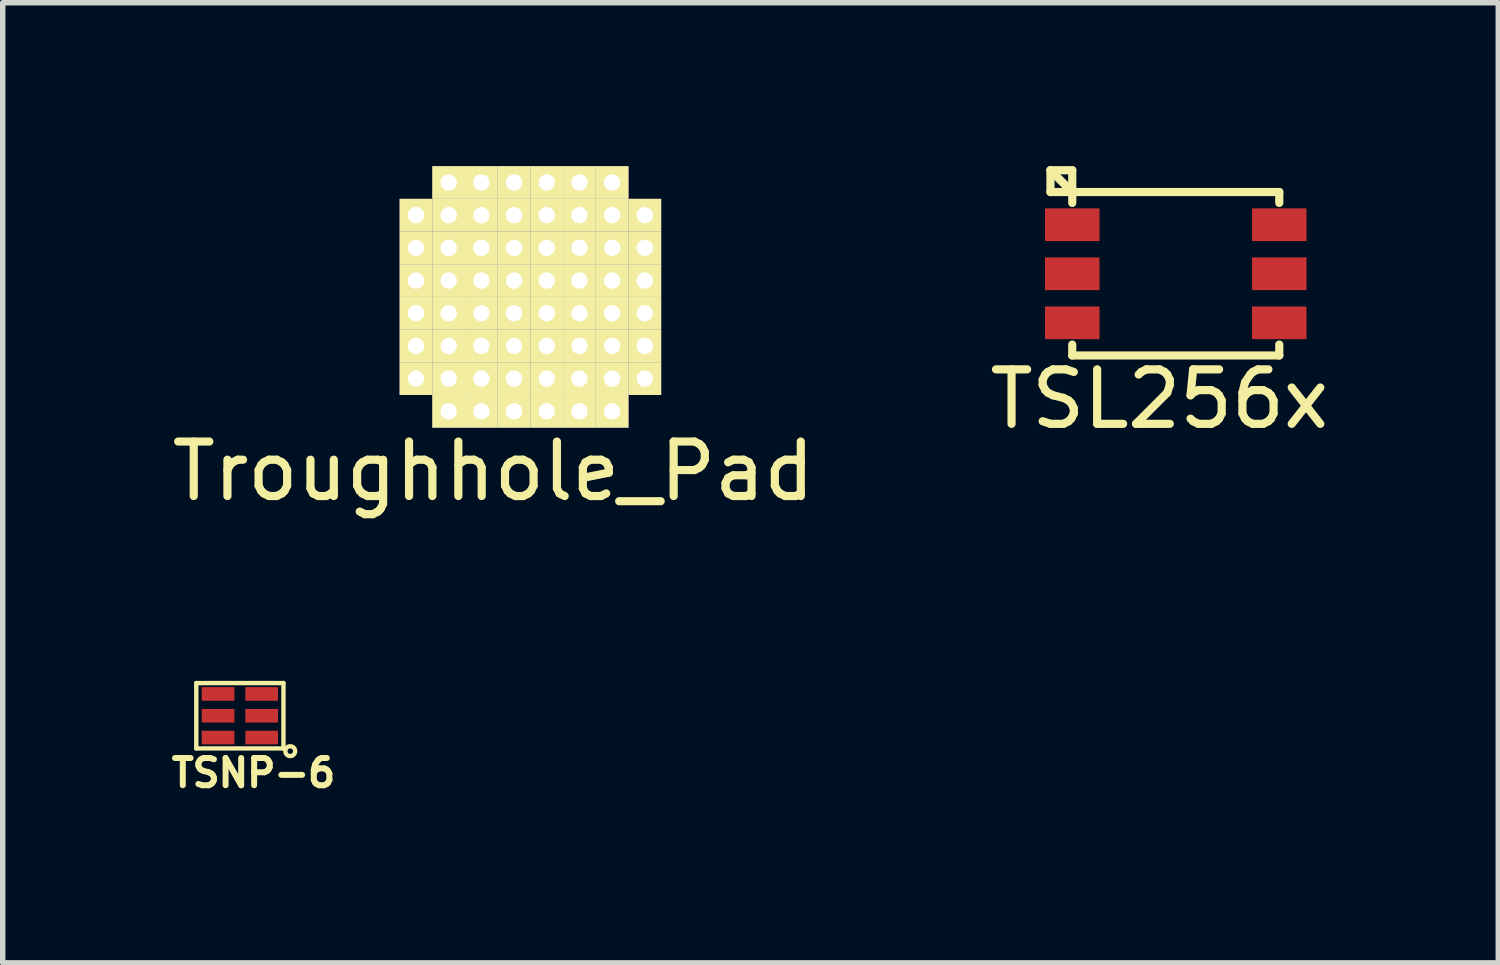
<source format=kicad_pcb>
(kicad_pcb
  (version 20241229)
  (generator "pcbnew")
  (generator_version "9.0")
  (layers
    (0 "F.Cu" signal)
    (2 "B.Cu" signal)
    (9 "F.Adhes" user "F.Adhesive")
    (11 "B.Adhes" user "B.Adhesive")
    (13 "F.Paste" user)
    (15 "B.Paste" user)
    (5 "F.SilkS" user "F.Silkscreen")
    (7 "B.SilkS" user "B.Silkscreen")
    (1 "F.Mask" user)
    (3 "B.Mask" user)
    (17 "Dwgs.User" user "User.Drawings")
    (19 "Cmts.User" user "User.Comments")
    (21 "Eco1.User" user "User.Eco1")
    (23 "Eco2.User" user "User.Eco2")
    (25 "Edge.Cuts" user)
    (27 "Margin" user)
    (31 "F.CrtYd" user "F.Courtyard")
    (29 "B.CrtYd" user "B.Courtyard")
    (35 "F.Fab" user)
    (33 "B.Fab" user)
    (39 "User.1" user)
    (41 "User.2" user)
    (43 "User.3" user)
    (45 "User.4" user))
  (footprint "TSNP-6"
    (layer "F.Cu")
    (at 1.153 10.488)
    (property "Reference" "TSNP-6" (at 0.45 0.65 0) (layer "F.SilkS") (effects (font (size 0.5 0.5) (thickness 0.11))))
    (attr through_hole)
    (fp_line (start -0.6 -1) (end -0.6 0.2) (stroke (width 0.08) (type solid)) (layer "F.SilkS"))
    (fp_line (start -0.6 0.2) (end 1 0.2) (stroke (width 0.08) (type solid)) (layer "F.SilkS"))
    (fp_line (start 1 -1) (end -0.6 -1) (stroke (width 0.08) (type solid)) (layer "F.SilkS"))
    (fp_line (start 1 0.2) (end 1 -1) (stroke (width 0.08) (type solid)) (layer "F.SilkS"))
    (fp_circle (center 1.125 0.25) (end 1.175 0.325) (stroke (width 0.08) (type solid)) (fill no) (layer "F.SilkS"))
    (pad "1" smd rect (at 0.6 0) (size 0.6 0.25) (layers "F.Cu" "F.Mask" "F.Paste"))
    (pad "2" smd rect (at 0.6 -0.4) (size 0.6 0.25) (layers "F.Cu" "F.Mask" "F.Paste"))
    (pad "3" smd rect (at 0.6 -0.8) (size 0.6 0.25) (layers "F.Cu" "F.Mask" "F.Paste"))
    (pad "4" smd rect (at -0.2 -0.8) (size 0.6 0.25) (layers "F.Cu" "F.Mask" "F.Paste"))
    (pad "5" smd rect (at -0.2 -0.4) (size 0.6 0.25) (layers "F.Cu" "F.Mask" "F.Paste"))
    (pad "6" smd rect (at -0.2 0) (size 0.6 0.25) (layers "F.Cu" "F.Mask" "F.Paste")))
  (footprint "TSL256x"
    (layer "F.Cu")
    (at 16.632 1.075)
    (property "Reference" "TSL256x" (at 1.6 3.2 0) (layer "F.SilkS") (effects (font (size 1 1) (thickness 0.15))))
    (attr through_hole)
    (fp_line (start -0.4 -1) (end -0.4 -0.6) (stroke (width 0.15) (type solid)) (layer "F.SilkS"))
    (fp_line (start -0.4 -1) (end 0 -0.6) (stroke (width 0.15) (type solid)) (layer "F.SilkS"))
    (fp_line (start -0.4 -0.6) (end 0 -0.6) (stroke (width 0.15) (type solid)) (layer "F.SilkS"))
    (fp_line (start 0 -1) (end -0.4 -1) (stroke (width 0.15) (type solid)) (layer "F.SilkS"))
    (fp_line (start 0 -0.6) (end 0 -1) (stroke (width 0.15) (type solid)) (layer "F.SilkS"))
    (fp_line (start 0 -0.6) (end 0 -0.4) (stroke (width 0.15) (type solid)) (layer "F.SilkS"))
    (fp_line (start 0 -0.6) (end 3.8 -0.6) (stroke (width 0.15) (type solid)) (layer "F.SilkS"))
    (fp_line (start 0 2.2) (end 0 2.4) (stroke (width 0.15) (type solid)) (layer "F.SilkS"))
    (fp_line (start 0 2.4) (end 3.8 2.4) (stroke (width 0.15) (type solid)) (layer "F.SilkS"))
    (fp_line (start 3.8 -0.6) (end 3.8 -0.4) (stroke (width 0.15) (type solid)) (layer "F.SilkS"))
    (fp_line (start 3.8 2.4) (end 3.8 2.2) (stroke (width 0.15) (type solid)) (layer "F.SilkS"))
    (pad "1" smd rect (at 0 0) (size 1 0.6) (layers "F.Cu" "F.Mask" "F.Paste"))
    (pad "2" smd rect (at 0 0.9) (size 1 0.6) (layers "F.Cu" "F.Mask" "F.Paste"))
    (pad "3" smd rect (at 0 1.8) (size 1 0.6) (layers "F.Cu" "F.Mask" "F.Paste"))
    (pad "4" smd rect (at 3.8 1.8) (size 1 0.6) (layers "F.Cu" "F.Mask" "F.Paste"))
    (pad "5" smd rect (at 3.8 0.9) (size 1 0.6) (layers "F.Cu" "F.Mask" "F.Paste"))
    (pad "6" smd rect (at 3.8 0) (size 1 0.6) (layers "F.Cu" "F.Mask" "F.Paste")))
  (footprint "Troughhole_Pad"
    (layer "F.Cu")
    (at 6.386 0.3)
    (property "Reference" "Troughhole_Pad" (at -0.38 5.3 0) (layer "F.SilkS") (effects (font (size 1 1) (thickness 0.15))))
    (attr through_hole)
    (pad "1" thru_hole rect (at -1.8 0.6) (size 0.6 0.6) (drill 0.3) (layers "*.Cu" "*.Mask" "F.SilkS"))
    (pad "1" thru_hole rect (at -1.8 1.2) (size 0.6 0.6) (drill 0.3) (layers "*.Cu" "*.Mask" "F.SilkS"))
    (pad "1" thru_hole rect (at -1.8 1.8) (size 0.6 0.6) (drill 0.3) (layers "*.Cu" "*.Mask" "F.SilkS"))
    (pad "1" thru_hole rect (at -1.8 2.4) (size 0.6 0.6) (drill 0.3) (layers "*.Cu" "*.Mask" "F.SilkS"))
    (pad "1" thru_hole rect (at -1.8 3) (size 0.6 0.6) (drill 0.3) (layers "*.Cu" "*.Mask" "F.SilkS"))
    (pad "1" thru_hole rect (at -1.8 3.6) (size 0.6 0.6) (drill 0.3) (layers "*.Cu" "*.Mask" "F.SilkS"))
    (pad "1" thru_hole rect (at -1.2 0) (size 0.6 0.6) (drill 0.3) (layers "*.Cu" "*.Mask" "F.SilkS"))
    (pad "1" thru_hole rect (at -1.2 0.6) (size 0.6 0.6) (drill 0.3) (layers "*.Cu" "*.Mask" "F.SilkS"))
    (pad "1" thru_hole rect (at -1.2 1.2) (size 0.6 0.6) (drill 0.3) (layers "*.Cu" "*.Mask" "F.SilkS"))
    (pad "1" thru_hole rect (at -1.2 1.8) (size 0.6 0.6) (drill 0.3) (layers "*.Cu" "*.Mask" "F.SilkS"))
    (pad "1" thru_hole rect (at -1.2 2.4) (size 0.6 0.6) (drill 0.3) (layers "*.Cu" "*.Mask" "F.SilkS"))
    (pad "1" thru_hole rect (at -1.2 3) (size 0.6 0.6) (drill 0.3) (layers "*.Cu" "*.Mask" "F.SilkS"))
    (pad "1" thru_hole rect (at -1.2 3.6) (size 0.6 0.6) (drill 0.3) (layers "*.Cu" "*.Mask" "F.SilkS"))
    (pad "1" thru_hole rect (at -1.2 4.2) (size 0.6 0.6) (drill 0.3) (layers "*.Cu" "*.Mask" "F.SilkS"))
    (pad "1" thru_hole rect (at -0.6 0) (size 0.6 0.6) (drill 0.3) (layers "*.Cu" "*.Mask" "F.SilkS"))
    (pad "1" thru_hole rect (at -0.6 0.6) (size 0.6 0.6) (drill 0.3) (layers "*.Cu" "*.Mask" "F.SilkS"))
    (pad "1" thru_hole rect (at -0.6 1.2) (size 0.6 0.6) (drill 0.3) (layers "*.Cu" "*.Mask" "F.SilkS"))
    (pad "1" thru_hole rect (at -0.6 1.8) (size 0.6 0.6) (drill 0.3) (layers "*.Cu" "*.Mask" "F.SilkS"))
    (pad "1" thru_hole rect (at -0.6 2.4) (size 0.6 0.6) (drill 0.3) (layers "*.Cu" "*.Mask" "F.SilkS"))
    (pad "1" thru_hole rect (at -0.6 3) (size 0.6 0.6) (drill 0.3) (layers "*.Cu" "*.Mask" "F.SilkS"))
    (pad "1" thru_hole rect (at -0.6 3.6) (size 0.6 0.6) (drill 0.3) (layers "*.Cu" "*.Mask" "F.SilkS"))
    (pad "1" thru_hole rect (at -0.6 4.2) (size 0.6 0.6) (drill 0.3) (layers "*.Cu" "*.Mask" "F.SilkS"))
    (pad "1" thru_hole rect (at 0 0) (size 0.6 0.6) (drill 0.3) (layers "*.Cu" "*.Mask" "F.SilkS"))
    (pad "1" thru_hole rect (at 0 0.6) (size 0.6 0.6) (drill 0.3) (layers "*.Cu" "*.Mask" "F.SilkS"))
    (pad "1" thru_hole rect (at 0 1.2) (size 0.6 0.6) (drill 0.3) (layers "*.Cu" "*.Mask" "F.SilkS"))
    (pad "1" thru_hole rect (at 0 1.8) (size 0.6 0.6) (drill 0.3) (layers "*.Cu" "*.Mask" "F.SilkS"))
    (pad "1" thru_hole rect (at 0 2.4) (size 0.6 0.6) (drill 0.3) (layers "*.Cu" "*.Mask" "F.SilkS"))
    (pad "1" thru_hole rect (at 0 3) (size 0.6 0.6) (drill 0.3) (layers "*.Cu" "*.Mask" "F.SilkS"))
    (pad "1" thru_hole rect (at 0 3.6) (size 0.6 0.6) (drill 0.3) (layers "*.Cu" "*.Mask" "F.SilkS"))
    (pad "1" thru_hole rect (at 0 4.2) (size 0.6 0.6) (drill 0.3) (layers "*.Cu" "*.Mask" "F.SilkS"))
    (pad "1" thru_hole rect (at 0.6 0) (size 0.6 0.6) (drill 0.3) (layers "*.Cu" "*.Mask" "F.SilkS"))
    (pad "1" thru_hole rect (at 0.6 0.6) (size 0.6 0.6) (drill 0.3) (layers "*.Cu" "*.Mask" "F.SilkS"))
    (pad "1" thru_hole rect (at 0.6 1.2) (size 0.6 0.6) (drill 0.3) (layers "*.Cu" "*.Mask" "F.SilkS"))
    (pad "1" thru_hole rect (at 0.6 1.8) (size 0.6 0.6) (drill 0.3) (layers "*.Cu" "*.Mask" "F.SilkS"))
    (pad "1" thru_hole rect (at 0.6 2.4) (size 0.6 0.6) (drill 0.3) (layers "*.Cu" "*.Mask" "F.SilkS"))
    (pad "1" thru_hole rect (at 0.6 3) (size 0.6 0.6) (drill 0.3) (layers "*.Cu" "*.Mask" "F.SilkS"))
    (pad "1" thru_hole rect (at 0.6 3.6) (size 0.6 0.6) (drill 0.3) (layers "*.Cu" "*.Mask" "F.SilkS"))
    (pad "1" thru_hole rect (at 0.6 4.2) (size 0.6 0.6) (drill 0.3) (layers "*.Cu" "*.Mask" "F.SilkS"))
    (pad "1" thru_hole rect (at 1.2 0) (size 0.6 0.6) (drill 0.3) (layers "*.Cu" "*.Mask" "F.SilkS"))
    (pad "1" thru_hole rect (at 1.2 0.6) (size 0.6 0.6) (drill 0.3) (layers "*.Cu" "*.Mask" "F.SilkS"))
    (pad "1" thru_hole rect (at 1.2 1.2) (size 0.6 0.6) (drill 0.3) (layers "*.Cu" "*.Mask" "F.SilkS"))
    (pad "1" thru_hole rect (at 1.2 1.8) (size 0.6 0.6) (drill 0.3) (layers "*.Cu" "*.Mask" "F.SilkS"))
    (pad "1" thru_hole rect (at 1.2 2.4) (size 0.6 0.6) (drill 0.3) (layers "*.Cu" "*.Mask" "F.SilkS"))
    (pad "1" thru_hole rect (at 1.2 3) (size 0.6 0.6) (drill 0.3) (layers "*.Cu" "*.Mask" "F.SilkS"))
    (pad "1" thru_hole rect (at 1.2 3.6) (size 0.6 0.6) (drill 0.3) (layers "*.Cu" "*.Mask" "F.SilkS"))
    (pad "1" thru_hole rect (at 1.2 4.2) (size 0.6 0.6) (drill 0.3) (layers "*.Cu" "*.Mask" "F.SilkS"))
    (pad "1" thru_hole rect (at 1.8 0) (size 0.6 0.6) (drill 0.3) (layers "*.Cu" "*.Mask" "F.SilkS"))
    (pad "1" thru_hole rect (at 1.8 0.6) (size 0.6 0.6) (drill 0.3) (layers "*.Cu" "*.Mask" "F.SilkS"))
    (pad "1" thru_hole rect (at 1.8 1.2) (size 0.6 0.6) (drill 0.3) (layers "*.Cu" "*.Mask" "F.SilkS"))
    (pad "1" thru_hole rect (at 1.8 1.8) (size 0.6 0.6) (drill 0.3) (layers "*.Cu" "*.Mask" "F.SilkS"))
    (pad "1" thru_hole rect (at 1.8 2.4) (size 0.6 0.6) (drill 0.3) (layers "*.Cu" "*.Mask" "F.SilkS"))
    (pad "1" thru_hole rect (at 1.8 3) (size 0.6 0.6) (drill 0.3) (layers "*.Cu" "*.Mask" "F.SilkS"))
    (pad "1" thru_hole rect (at 1.8 3.6) (size 0.6 0.6) (drill 0.3) (layers "*.Cu" "*.Mask" "F.SilkS"))
    (pad "1" thru_hole rect (at 1.8 4.2) (size 0.6 0.6) (drill 0.3) (layers "*.Cu" "*.Mask" "F.SilkS"))
    (pad "1" thru_hole rect (at 2.4 0.6) (size 0.6 0.6) (drill 0.3) (layers "*.Cu" "*.Mask" "F.SilkS"))
    (pad "1" thru_hole rect (at 2.4 1.2) (size 0.6 0.6) (drill 0.3) (layers "*.Cu" "*.Mask" "F.SilkS"))
    (pad "1" thru_hole rect (at 2.4 1.8) (size 0.6 0.6) (drill 0.3) (layers "*.Cu" "*.Mask" "F.SilkS"))
    (pad "1" thru_hole rect (at 2.4 2.4) (size 0.6 0.6) (drill 0.3) (layers "*.Cu" "*.Mask" "F.SilkS"))
    (pad "1" thru_hole rect (at 2.4 3) (size 0.6 0.6) (drill 0.3) (layers "*.Cu" "*.Mask" "F.SilkS"))
    (pad "1" thru_hole rect (at 2.4 3.6) (size 0.6 0.6) (drill 0.3) (layers "*.Cu" "*.Mask" "F.SilkS")))
  (gr_rect
    (start -3 -3)
    (end 24.452 14.624)
    (stroke (width 0.1) (type default))
    (fill no)
    (layer "Edge.Cuts")))
</source>
